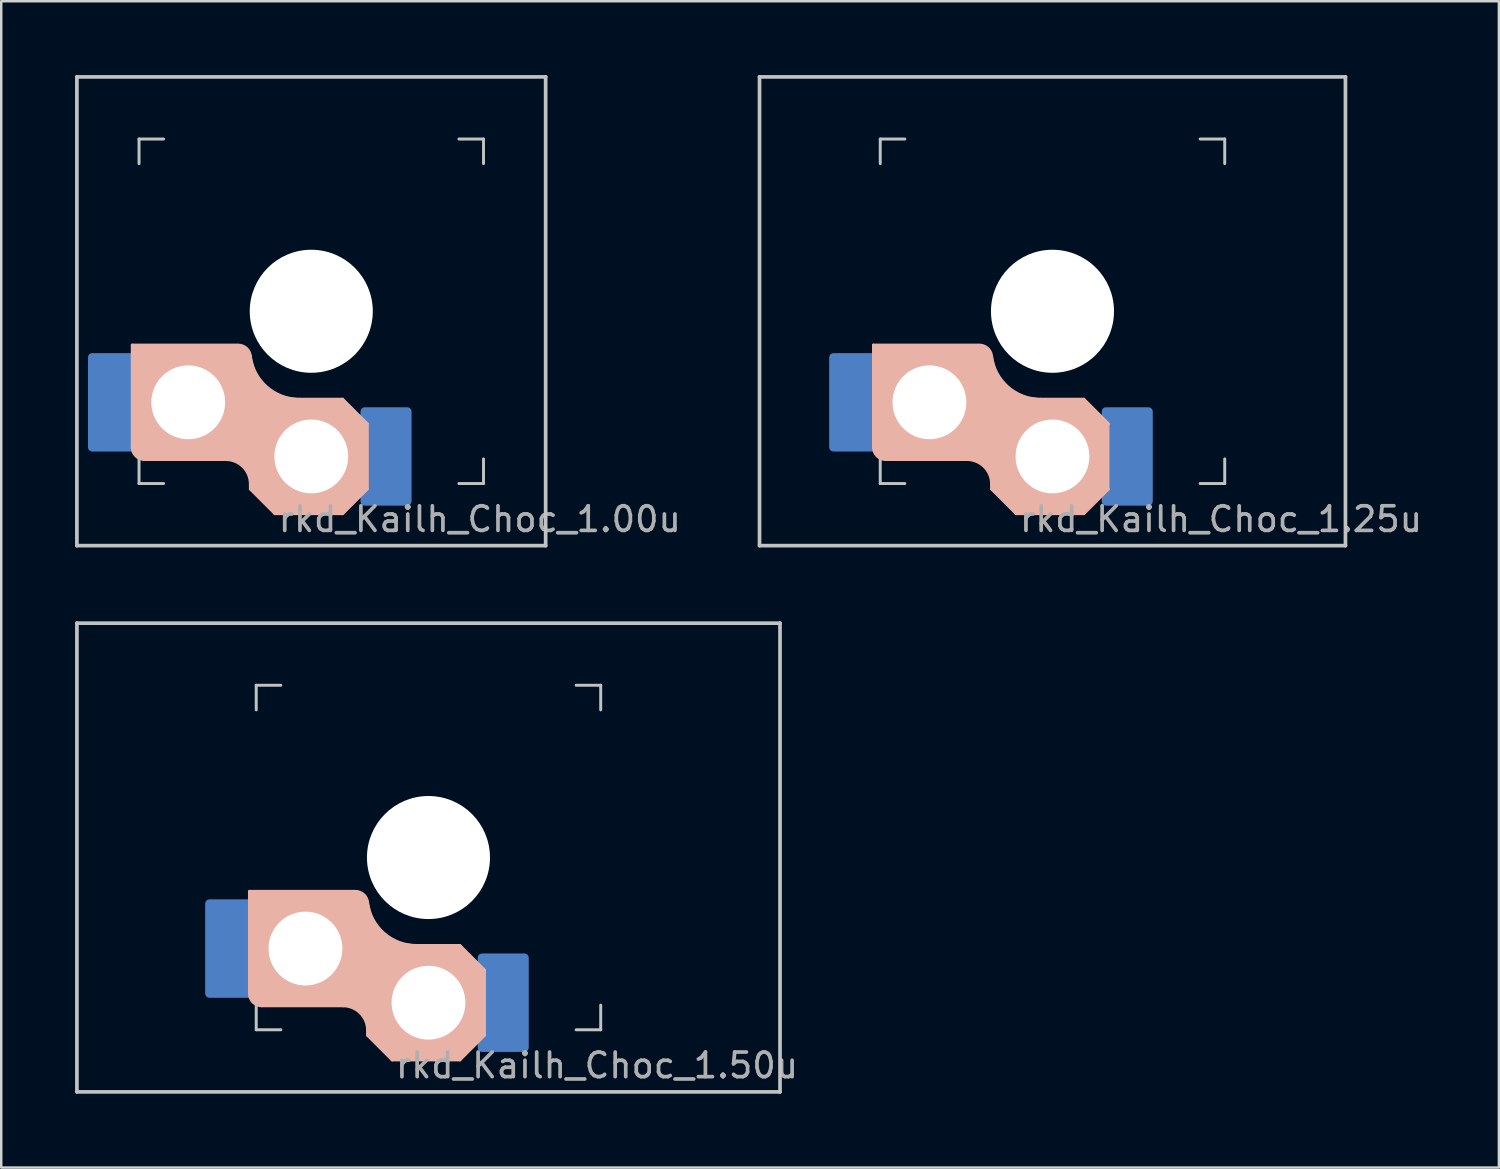
<source format=kicad_pcb>
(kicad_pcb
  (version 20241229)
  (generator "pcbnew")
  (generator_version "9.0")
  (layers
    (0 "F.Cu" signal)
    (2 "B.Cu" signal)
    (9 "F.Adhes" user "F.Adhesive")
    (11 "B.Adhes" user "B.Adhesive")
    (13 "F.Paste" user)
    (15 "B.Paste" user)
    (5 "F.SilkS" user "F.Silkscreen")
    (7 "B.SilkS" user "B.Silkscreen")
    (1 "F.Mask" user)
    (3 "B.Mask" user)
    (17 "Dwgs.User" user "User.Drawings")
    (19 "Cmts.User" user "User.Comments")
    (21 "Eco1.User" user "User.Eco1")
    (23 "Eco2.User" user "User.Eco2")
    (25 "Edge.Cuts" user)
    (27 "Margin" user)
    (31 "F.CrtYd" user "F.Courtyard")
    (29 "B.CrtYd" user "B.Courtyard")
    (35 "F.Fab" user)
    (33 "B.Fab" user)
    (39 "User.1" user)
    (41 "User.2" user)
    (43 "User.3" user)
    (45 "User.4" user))
  (footprint "rkd_Kailh_Choc_1.25u"
    (layer "F.Cu")
    (at 39.723 9.6)
    (property "Reference" "rkd_Kailh_Choc_1.25u" (at 6.85 8.45 0) (layer "F.Fab") (effects (font (size 1 1) (thickness 0.15))))
    (attr smd)
    (fp_line (start -7.275 1.375) (end -7.275 5.525) (stroke (width 0.12) (type solid)) (layer "B.SilkS"))
    (fp_line (start -6.775 6.025) (end -3.475 6.025) (stroke (width 0.12) (type solid)) (layer "B.SilkS"))
    (fp_line (start -3 1.375) (end -7.275 1.375) (stroke (width 0.12) (type solid)) (layer "B.SilkS"))
    (fp_line (start -2.475 7.225) (end -2.475 7.025) (stroke (width 0.12) (type solid)) (layer "B.SilkS"))
    (fp_line (start -1.475 8.225) (end -2.475 7.225) (stroke (width 0.12) (type solid)) (layer "B.SilkS"))
    (fp_line (start -0.489 3.575) (end 1.275 3.575) (stroke (width 0.12) (type solid)) (layer "B.SilkS"))
    (fp_line (start 1.275 3.575) (end 2.275 4.575) (stroke (width 0.12) (type solid)) (layer "B.SilkS"))
    (fp_line (start 1.275 8.225) (end -1.475 8.225) (stroke (width 0.12) (type solid)) (layer "B.SilkS"))
    (fp_line (start 2.275 7.225) (end 1.275 8.225) (stroke (width 0.12) (type solid)) (layer "B.SilkS"))
    (fp_arc (start -6.775 6.025) (mid -7.128553 5.878553) (end -7.275 5.525) (stroke (width 0.12) (type solid)) (layer "B.SilkS"))
    (fp_arc (start -3.475 6.025) (mid -2.767893 6.317893) (end -2.475 7.025) (stroke (width 0.12) (type solid)) (layer "B.SilkS"))
    (fp_arc (start -2.971387 1.375) (mid -2.63975 1.500812) (end -2.475008 1.814932) (stroke (width 0.12) (type solid)) (layer "B.SilkS"))
    (fp_arc (start -0.489452 3.575) (mid -1.815999 3.071754) (end -2.474967 1.815274) (stroke (width 0.12) (type solid)) (layer "B.SilkS"))
    (fp_poly (pts (xy -2.673 1.538) (xy -2.475 1.815) (xy -2.305 2.527) (xy -1.849 3.109) (xy -1.217 3.492) (xy -0.489 3.575) (xy 1.275 3.575) (xy 2.275 4.575) (xy 2.275 7.225) (xy 1.275 8.225) (xy -1.475 8.225) (xy -2.475 7.225) (xy -2.5 6.623) (xy -2.733 6.283) (xy -3.073 6.055) (xy -3.475 6.025) (xy -6.775 6.025) (xy -7.093 5.843) (xy -7.275 5.525) (xy -7.275 1.375) (xy -2.971 1.375)) (stroke (width 0.08) (type solid)) (fill yes) (layer "B.SilkS"))
    (fp_line (start -11.906 -9.525) (end 11.906 -9.525) (stroke (width 0.15) (type solid)) (layer "Dwgs.User"))
    (fp_line (start -11.906 9.525) (end -11.906 -9.525) (stroke (width 0.15) (type solid)) (layer "Dwgs.User"))
    (fp_line (start -7 -7) (end -7 -6) (stroke (width 0.12) (type solid)) (layer "Dwgs.User"))
    (fp_line (start -7 -7) (end -6 -7) (stroke (width 0.12) (type solid)) (layer "Dwgs.User"))
    (fp_line (start -7 7) (end -7 6) (stroke (width 0.12) (type solid)) (layer "Dwgs.User"))
    (fp_line (start -7 7) (end -6 7) (stroke (width 0.12) (type solid)) (layer "Dwgs.User"))
    (fp_line (start 7 -7) (end 6 -7) (stroke (width 0.12) (type solid)) (layer "Dwgs.User"))
    (fp_line (start 7 -7) (end 7 -6) (stroke (width 0.12) (type solid)) (layer "Dwgs.User"))
    (fp_line (start 7 7) (end 6 7) (stroke (width 0.12) (type solid)) (layer "Dwgs.User"))
    (fp_line (start 7 7) (end 7 6) (stroke (width 0.12) (type solid)) (layer "Dwgs.User"))
    (fp_line (start 11.906 -9.525) (end 11.906 9.525) (stroke (width 0.15) (type solid)) (layer "Dwgs.User"))
    (fp_line (start 11.906 9.525) (end -11.906 9.525) (stroke (width 0.15) (type solid)) (layer "Dwgs.User"))
    (pad "" np_thru_hole circle (at -5 3.7) (size 3 3) (drill 3) (layers "*.Cu" "*.Mask"))
    (pad "" np_thru_hole circle (at 0 0 180) (size 5 5) (drill 5) (layers "*.Cu" "*.Mask"))
    (pad "" np_thru_hole circle (at 0 5.9) (size 3 3) (drill 3) (layers "*.Cu" "*.Mask"))
    (pad "1" smd roundrect (at -8.037 3.7 180) (size 2.075 4) (layers "B.Cu") (roundrect_rratio 0.083))
    (pad "2" smd roundrect (at 3.038 5.9 180) (size 2.075 4) (layers "B.Cu") (roundrect_rratio 0.083)))
  (footprint "rkd_Kailh_Choc_1.00u"
    (layer "F.Cu")
    (at 9.6 9.6)
    (property "Reference" "rkd_Kailh_Choc_1.00u" (at 6.85 8.45 0) (layer "F.Fab") (effects (font (size 1 1) (thickness 0.15))))
    (attr smd)
    (fp_line (start -7.275 1.375) (end -7.275 5.525) (stroke (width 0.12) (type solid)) (layer "B.SilkS"))
    (fp_line (start -6.775 6.025) (end -3.475 6.025) (stroke (width 0.12) (type solid)) (layer "B.SilkS"))
    (fp_line (start -3 1.375) (end -7.275 1.375) (stroke (width 0.12) (type solid)) (layer "B.SilkS"))
    (fp_line (start -2.475 7.225) (end -2.475 7.025) (stroke (width 0.12) (type solid)) (layer "B.SilkS"))
    (fp_line (start -1.475 8.225) (end -2.475 7.225) (stroke (width 0.12) (type solid)) (layer "B.SilkS"))
    (fp_line (start -0.489 3.575) (end 1.275 3.575) (stroke (width 0.12) (type solid)) (layer "B.SilkS"))
    (fp_line (start 1.275 3.575) (end 2.275 4.575) (stroke (width 0.12) (type solid)) (layer "B.SilkS"))
    (fp_line (start 1.275 8.225) (end -1.475 8.225) (stroke (width 0.12) (type solid)) (layer "B.SilkS"))
    (fp_line (start 2.275 4.575) (end 2.275 7.225) (stroke (width 0.12) (type solid)) (layer "B.SilkS"))
    (fp_line (start 2.275 7.225) (end 1.275 8.225) (stroke (width 0.12) (type solid)) (layer "B.SilkS"))
    (fp_arc (start -6.775 6.025) (mid -7.128553 5.878553) (end -7.275 5.525) (stroke (width 0.12) (type solid)) (layer "B.SilkS"))
    (fp_arc (start -3.475 6.025) (mid -2.767893 6.317893) (end -2.475 7.025) (stroke (width 0.12) (type solid)) (layer "B.SilkS"))
    (fp_arc (start -2.971387 1.375) (mid -2.63975 1.500812) (end -2.475008 1.814932) (stroke (width 0.12) (type solid)) (layer "B.SilkS"))
    (fp_arc (start -0.489452 3.575) (mid -1.815999 3.071754) (end -2.474967 1.815274) (stroke (width 0.12) (type solid)) (layer "B.SilkS"))
    (fp_poly (pts (xy -2.673 1.538) (xy -2.475 1.815) (xy -2.305 2.527) (xy -1.849 3.109) (xy -1.217 3.492) (xy -0.489 3.575) (xy 1.275 3.575) (xy 2.275 4.575) (xy 2.275 7.225) (xy 1.275 8.225) (xy -1.475 8.225) (xy -2.475 7.225) (xy -2.5 6.623) (xy -2.733 6.283) (xy -3.073 6.055) (xy -3.475 6.025) (xy -6.775 6.025) (xy -7.093 5.843) (xy -7.275 5.525) (xy -7.275 1.375) (xy -2.971 1.375)) (stroke (width 0.08) (type solid)) (fill yes) (layer "B.SilkS"))
    (fp_line (start -9.525 -9.525) (end 9.525 -9.525) (stroke (width 0.15) (type solid)) (layer "Dwgs.User"))
    (fp_line (start -9.525 9.525) (end -9.525 -9.525) (stroke (width 0.15) (type solid)) (layer "Dwgs.User"))
    (fp_line (start -7 -7) (end -7 -6) (stroke (width 0.12) (type solid)) (layer "Dwgs.User"))
    (fp_line (start -7 -7) (end -6 -7) (stroke (width 0.12) (type solid)) (layer "Dwgs.User"))
    (fp_line (start -7 7) (end -7 6) (stroke (width 0.12) (type solid)) (layer "Dwgs.User"))
    (fp_line (start -7 7) (end -6 7) (stroke (width 0.12) (type solid)) (layer "Dwgs.User"))
    (fp_line (start 7 -7) (end 6 -7) (stroke (width 0.12) (type solid)) (layer "Dwgs.User"))
    (fp_line (start 7 -7) (end 7 -6) (stroke (width 0.12) (type solid)) (layer "Dwgs.User"))
    (fp_line (start 7 7) (end 6 7) (stroke (width 0.12) (type solid)) (layer "Dwgs.User"))
    (fp_line (start 7 7) (end 7 6) (stroke (width 0.12) (type solid)) (layer "Dwgs.User"))
    (fp_line (start 9.525 -9.525) (end 9.525 9.525) (stroke (width 0.15) (type solid)) (layer "Dwgs.User"))
    (fp_line (start 9.525 9.525) (end -9.525 9.525) (stroke (width 0.15) (type solid)) (layer "Dwgs.User"))
    (pad "" np_thru_hole circle (at -5 3.7) (size 3 3) (drill 3) (layers "*.Cu" "*.Mask"))
    (pad "" np_thru_hole circle (at 0 0 180) (size 5 5) (drill 5) (layers "*.Cu" "*.Mask"))
    (pad "" np_thru_hole circle (at 0 5.9) (size 3 3) (drill 3) (layers "*.Cu" "*.Mask"))
    (pad "1" smd roundrect (at -8.037 3.7 180) (size 2.075 4) (layers "B.Cu") (roundrect_rratio 0.083))
    (pad "2" smd roundrect (at 3.038 5.9 180) (size 2.075 4) (layers "B.Cu") (roundrect_rratio 0.083)))
  (footprint "rkd_Kailh_Choc_1.50u"
    (layer "F.Cu")
    (at 14.363 31.8)
    (property "Reference" "rkd_Kailh_Choc_1.50u" (at 6.85 8.45 0) (layer "F.Fab") (effects (font (size 1 1) (thickness 0.15))))
    (attr smd)
    (fp_line (start -7.275 1.375) (end -7.275 5.525) (stroke (width 0.12) (type solid)) (layer "B.SilkS"))
    (fp_line (start -6.775 6.025) (end -3.475 6.025) (stroke (width 0.12) (type solid)) (layer "B.SilkS"))
    (fp_line (start -3 1.375) (end -7.275 1.375) (stroke (width 0.12) (type solid)) (layer "B.SilkS"))
    (fp_line (start -2.475 7.225) (end -2.475 7.025) (stroke (width 0.12) (type solid)) (layer "B.SilkS"))
    (fp_line (start -1.475 8.225) (end -2.475 7.225) (stroke (width 0.12) (type solid)) (layer "B.SilkS"))
    (fp_line (start -0.489 3.575) (end 1.275 3.575) (stroke (width 0.12) (type solid)) (layer "B.SilkS"))
    (fp_line (start 1.275 3.575) (end 2.275 4.575) (stroke (width 0.12) (type solid)) (layer "B.SilkS"))
    (fp_line (start 1.275 8.225) (end -1.475 8.225) (stroke (width 0.12) (type solid)) (layer "B.SilkS"))
    (fp_line (start 2.275 4.575) (end 2.275 7.225) (stroke (width 0.12) (type solid)) (layer "B.SilkS"))
    (fp_line (start 2.275 7.225) (end 1.275 8.225) (stroke (width 0.12) (type solid)) (layer "B.SilkS"))
    (fp_arc (start -6.775 6.025) (mid -7.128553 5.878553) (end -7.275 5.525) (stroke (width 0.12) (type solid)) (layer "B.SilkS"))
    (fp_arc (start -3.475 6.025) (mid -2.767893 6.317893) (end -2.475 7.025) (stroke (width 0.12) (type solid)) (layer "B.SilkS"))
    (fp_arc (start -2.971387 1.375) (mid -2.63975 1.500812) (end -2.475008 1.814932) (stroke (width 0.12) (type solid)) (layer "B.SilkS"))
    (fp_arc (start -0.489452 3.575) (mid -1.815999 3.071754) (end -2.474967 1.815274) (stroke (width 0.12) (type solid)) (layer "B.SilkS"))
    (fp_poly (pts (xy -2.673 1.538) (xy -2.475 1.815) (xy -2.305 2.527) (xy -1.849 3.109) (xy -1.217 3.492) (xy -0.489 3.575) (xy 1.275 3.575) (xy 2.275 4.575) (xy 2.275 7.225) (xy 1.275 8.225) (xy -1.475 8.225) (xy -2.475 7.225) (xy -2.5 6.623) (xy -2.733 6.283) (xy -3.073 6.055) (xy -3.475 6.025) (xy -6.775 6.025) (xy -7.093 5.843) (xy -7.275 5.525) (xy -7.275 1.375) (xy -2.971 1.375)) (stroke (width 0.08) (type solid)) (fill yes) (layer "B.SilkS"))
    (fp_line (start -14.287 -9.525) (end 14.287 -9.525) (stroke (width 0.15) (type solid)) (layer "Dwgs.User"))
    (fp_line (start -14.287 9.525) (end -14.287 -9.525) (stroke (width 0.15) (type solid)) (layer "Dwgs.User"))
    (fp_line (start -7 -7) (end -7 -6) (stroke (width 0.12) (type solid)) (layer "Dwgs.User"))
    (fp_line (start -7 -7) (end -6 -7) (stroke (width 0.12) (type solid)) (layer "Dwgs.User"))
    (fp_line (start -7 7) (end -7 6) (stroke (width 0.12) (type solid)) (layer "Dwgs.User"))
    (fp_line (start -7 7) (end -6 7) (stroke (width 0.12) (type solid)) (layer "Dwgs.User"))
    (fp_line (start 7 -7) (end 6 -7) (stroke (width 0.12) (type solid)) (layer "Dwgs.User"))
    (fp_line (start 7 -7) (end 7 -6) (stroke (width 0.12) (type solid)) (layer "Dwgs.User"))
    (fp_line (start 7 7) (end 6 7) (stroke (width 0.12) (type solid)) (layer "Dwgs.User"))
    (fp_line (start 7 7) (end 7 6) (stroke (width 0.12) (type solid)) (layer "Dwgs.User"))
    (fp_line (start 14.287 -9.525) (end 14.287 9.525) (stroke (width 0.15) (type solid)) (layer "Dwgs.User"))
    (fp_line (start 14.287 9.525) (end -14.287 9.525) (stroke (width 0.15) (type solid)) (layer "Dwgs.User"))
    (pad "" np_thru_hole circle (at -5 3.7) (size 3 3) (drill 3) (layers "*.Cu" "*.Mask"))
    (pad "" np_thru_hole circle (at 0 0 180) (size 5 5) (drill 5) (layers "*.Cu" "*.Mask"))
    (pad "" np_thru_hole circle (at 0 5.9) (size 3 3) (drill 3) (layers "*.Cu" "*.Mask"))
    (pad "1" smd roundrect (at -8.037 3.7 180) (size 2.075 4) (layers "B.Cu") (roundrect_rratio 0.083))
    (pad "2" smd roundrect (at 3.038 5.9 180) (size 2.075 4) (layers "B.Cu") (roundrect_rratio 0.083)))
  (gr_rect
    (start -3 -3)
    (end 57.865 44.4)
    (stroke (width 0.1) (type default))
    (fill no)
    (layer "Edge.Cuts")))
</source>
